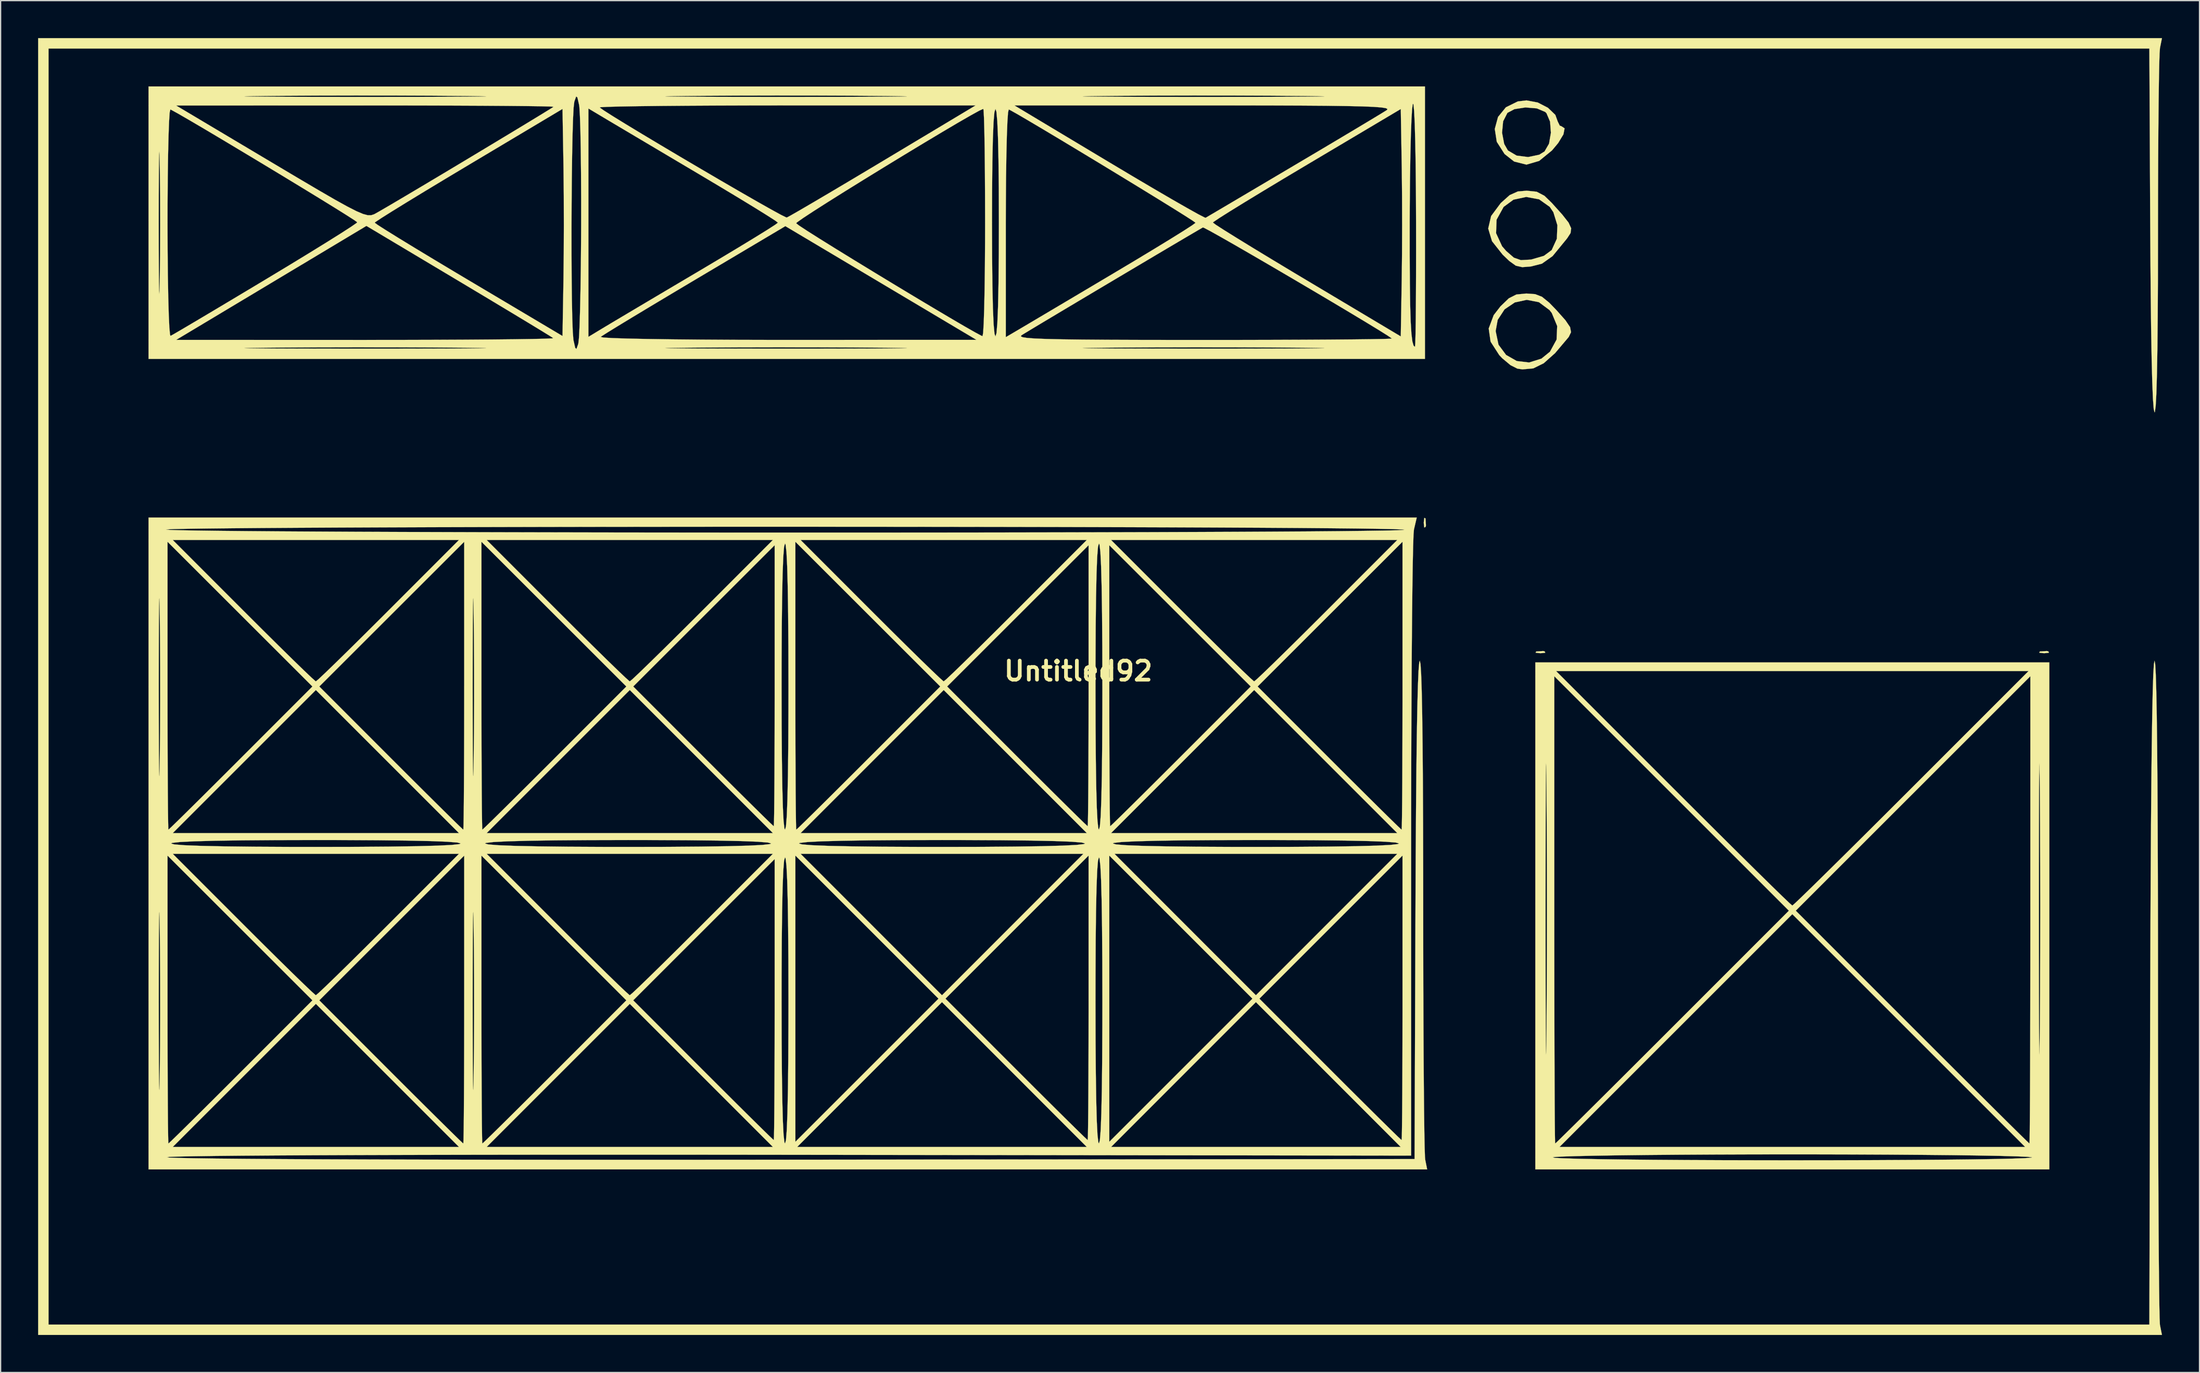
<source format=kicad_pcb>
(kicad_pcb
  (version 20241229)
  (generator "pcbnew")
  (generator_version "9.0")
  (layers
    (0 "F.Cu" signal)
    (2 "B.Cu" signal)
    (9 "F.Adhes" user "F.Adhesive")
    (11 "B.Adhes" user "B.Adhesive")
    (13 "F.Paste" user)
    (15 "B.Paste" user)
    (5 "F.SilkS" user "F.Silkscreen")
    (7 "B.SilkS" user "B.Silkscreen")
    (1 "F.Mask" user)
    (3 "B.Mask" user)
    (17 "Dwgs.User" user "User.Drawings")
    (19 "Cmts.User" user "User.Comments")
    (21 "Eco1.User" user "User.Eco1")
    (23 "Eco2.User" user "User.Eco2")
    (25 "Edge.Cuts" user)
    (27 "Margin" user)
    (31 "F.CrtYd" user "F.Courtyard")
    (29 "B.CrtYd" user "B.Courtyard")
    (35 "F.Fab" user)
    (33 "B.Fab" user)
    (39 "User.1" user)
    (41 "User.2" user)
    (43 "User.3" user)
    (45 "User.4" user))
  (footprint "Untitled92"
    (layer "F.Cu")
    (at 83.245 50.667)
    (property "Reference" "Untitled92" (at 0 0 0) (layer "F.SilkS") (effects (font (size 1.524 1.524) (thickness 0.3))))
    (attr through_hole)
    (fp_poly (pts (xy 27.792 -12.217) (xy 27.828 -11.652) (xy 27.792 -11.527) (xy 27.691 -11.492) (xy 27.652 -11.872) (xy 27.696 -12.264) (xy 27.792 -12.217)) (stroke (width 0.01) (type solid)) (fill yes) (layer "F.SilkS"))
    (fp_poly (pts (xy 37.341 -1.563) (xy 37.375 -1.463) (xy 36.996 -1.424) (xy 36.604 -1.467) (xy 36.651 -1.563) (xy 37.216 -1.6) (xy 37.341 -1.563)) (stroke (width 0.01) (type solid)) (fill yes) (layer "F.SilkS"))
    (fp_poly (pts (xy 77.649 -1.563) (xy 77.684 -1.463) (xy 77.304 -1.424) (xy 76.912 -1.467) (xy 76.959 -1.563) (xy 77.524 -1.6) (xy 77.649 -1.563)) (stroke (width 0.01) (type solid)) (fill yes) (layer "F.SilkS"))
    (fp_poly (pts (xy 36.769 -45.513) (xy 37.594 -45.088) (xy 38.184 -44.519) (xy 38.376 -43.988) (xy 38.542 -43.652) (xy 38.652 -43.622) (xy 38.924 -43.443) (xy 38.833 -42.963) (xy 38.412 -42.268) (xy 37.918 -41.677) (xy 36.887 -40.835) (xy 35.871 -40.538) (xy 34.884 -40.788) (xy 34.121 -41.388) (xy 33.496 -42.366) (xy 33.384 -43.094) (xy 33.919 -43.094) (xy 34.09 -42.194) (xy 34.388 -41.672) (xy 35.085 -41.262) (xy 36.004 -41.146) (xy 36.896 -41.331) (xy 37.319 -41.594) (xy 37.68 -42.217) (xy 37.829 -43.09) (xy 37.762 -43.979) (xy 37.476 -44.652) (xy 37.375 -44.755) (xy 36.697 -45.042) (xy 35.79 -45.115) (xy 34.91 -44.98) (xy 34.349 -44.682) (xy 34.005 -44.006) (xy 33.919 -43.094) (xy 33.384 -43.094) (xy 33.337 -43.394) (xy 33.597 -44.355) (xy 34.226 -45.128) (xy 35.176 -45.596) (xy 35.876 -45.68) (xy 36.769 -45.513)) (stroke (width 0.01) (type solid)) (fill yes) (layer "F.SilkS"))
    (fp_poly (pts (xy 36.569 -30.17) (xy 37.114 -29.959) (xy 37.695 -29.487) (xy 38.257 -28.906) (xy 38.987 -28.086) (xy 39.364 -27.531) (xy 39.44 -27.126) (xy 39.263 -26.756) (xy 39.221 -26.7) (xy 38.163 -25.448) (xy 37.257 -24.641) (xy 36.416 -24.226) (xy 35.552 -24.149) (xy 35.145 -24.208) (xy 34.596 -24.485) (xy 33.936 -25.036) (xy 33.696 -25.289) (xy 33.001 -26.368) (xy 32.88 -27.216) (xy 33.407 -27.216) (xy 33.636 -26.12) (xy 34.242 -25.304) (xy 35.1 -24.815) (xy 36.084 -24.7) (xy 37.07 -25.007) (xy 37.755 -25.564) (xy 38.284 -26.534) (xy 38.331 -27.618) (xy 37.898 -28.662) (xy 37.715 -28.898) (xy 36.866 -29.529) (xy 35.898 -29.715) (xy 34.941 -29.507) (xy 34.122 -28.956) (xy 33.57 -28.112) (xy 33.407 -27.216) (xy 32.88 -27.216) (xy 32.851 -27.423) (xy 33.249 -28.488) (xy 33.794 -29.194) (xy 34.463 -29.838) (xy 35.063 -30.141) (xy 35.836 -30.219) (xy 35.884 -30.219) (xy 36.569 -30.17)) (stroke (width 0.01) (type solid)) (fill yes) (layer "F.SilkS"))
    (fp_poly (pts (xy 36.688 -38.37) (xy 37.31 -38.044) (xy 37.898 -37.474) (xy 38.74 -36.537) (xy 39.245 -35.894) (xy 39.452 -35.438) (xy 39.401 -35.058) (xy 39.133 -34.646) (xy 38.997 -34.477) (xy 38.448 -33.806) (xy 37.962 -33.214) (xy 37.11 -32.61) (xy 36.239 -32.387) (xy 35.534 -32.33) (xy 35.019 -32.449) (xy 34.49 -32.83) (xy 33.962 -33.338) (xy 33.116 -34.409) (xy 32.923 -35.049) (xy 33.441 -35.049) (xy 33.922 -34.003) (xy 34.248 -33.627) (xy 34.865 -33.09) (xy 35.427 -32.893) (xy 36.218 -32.937) (xy 36.247 -32.94) (xy 37.267 -33.235) (xy 37.89 -33.696) (xy 38.305 -34.605) (xy 38.347 -35.69) (xy 38.026 -36.728) (xy 37.737 -37.156) (xy 36.887 -37.76) (xy 35.857 -37.952) (xy 34.832 -37.733) (xy 34.046 -37.156) (xy 33.48 -36.131) (xy 33.441 -35.049) (xy 32.923 -35.049) (xy 32.811 -35.422) (xy 33.044 -36.423) (xy 33.814 -37.459) (xy 33.816 -37.461) (xy 34.528 -38.098) (xy 35.178 -38.389) (xy 35.891 -38.451) (xy 36.688 -38.37)) (stroke (width 0.01) (type solid)) (fill yes) (layer "F.SilkS"))
    (fp_poly (pts (xy 86.574 -49.868) (xy 86.543 -49.443) (xy 86.514 -48.521) (xy 86.488 -47.158) (xy 86.465 -45.41) (xy 86.445 -43.331) (xy 86.43 -40.977) (xy 86.42 -38.404) (xy 86.415 -35.668) (xy 86.415 -34.89) (xy 86.41 -31.384) (xy 86.394 -28.352) (xy 86.368 -25.807) (xy 86.332 -23.762) (xy 86.287 -22.229) (xy 86.232 -21.219) (xy 86.168 -20.744) (xy 86.142 -20.707) (xy 86.074 -20.98) (xy 86.012 -21.793) (xy 85.957 -23.13) (xy 85.909 -24.978) (xy 85.867 -27.325) (xy 85.833 -30.155) (xy 85.807 -33.456) (xy 85.796 -35.27) (xy 85.725 -49.834) (xy -82.412 -49.834) (xy -82.412 52.318) (xy 85.725 52.318) (xy 85.795 25.745) (xy 85.811 20.768) (xy 85.832 16.29) (xy 85.856 12.319) (xy 85.885 8.859) (xy 85.918 5.917) (xy 85.955 3.498) (xy 85.996 1.609) (xy 86.04 0.254) (xy 86.089 -0.56) (xy 86.141 -0.828) (xy 86.193 -0.553) (xy 86.239 0.269) (xy 86.281 1.634) (xy 86.317 3.535) (xy 86.347 5.968) (xy 86.372 8.928) (xy 86.391 12.41) (xy 86.405 16.409) (xy 86.413 20.92) (xy 86.415 25.365) (xy 86.417 29.137) (xy 86.422 32.763) (xy 86.429 36.203) (xy 86.44 39.418) (xy 86.452 42.368) (xy 86.467 45.014) (xy 86.484 47.316) (xy 86.503 49.236) (xy 86.523 50.732) (xy 86.545 51.767) (xy 86.568 52.299) (xy 86.574 52.353) (xy 86.733 53.147) (xy -83.24 53.147) (xy -83.24 -50.662) (xy 86.733 -50.662) (xy 86.574 -49.868)) (stroke (width 0.01) (type solid)) (fill yes) (layer "F.SilkS"))
    (fp_poly (pts (xy 77.718 39.895) (xy 36.582 39.895) (xy 36.582 38.928) (xy 37.962 38.928) (xy 38.134 38.969) (xy 38.821 39.007) (xy 39.986 39.043) (xy 41.591 39.074) (xy 43.6 39.102) (xy 45.975 39.126) (xy 48.679 39.144) (xy 51.676 39.157) (xy 54.926 39.164) (xy 57.15 39.166) (xy 60.546 39.162) (xy 63.711 39.153) (xy 66.609 39.138) (xy 69.201 39.118) (xy 71.452 39.093) (xy 73.323 39.064) (xy 74.777 39.031) (xy 75.778 38.994) (xy 76.287 38.955) (xy 76.338 38.928) (xy 75.974 38.888) (xy 75.105 38.85) (xy 73.777 38.814) (xy 72.037 38.782) (xy 69.932 38.754) (xy 67.509 38.731) (xy 64.814 38.712) (xy 61.895 38.699) (xy 58.797 38.692) (xy 57.15 38.691) (xy 53.979 38.694) (xy 50.963 38.704) (xy 48.147 38.72) (xy 45.578 38.741) (xy 43.304 38.767) (xy 41.37 38.798) (xy 39.824 38.831) (xy 38.713 38.868) (xy 38.083 38.907) (xy 37.962 38.928) (xy 36.582 38.928) (xy 36.582 38.1) (xy 38.515 38.1) (xy 75.785 38.1) (xy 57.15 19.465) (xy 47.833 28.783) (xy 38.515 38.1) (xy 36.582 38.1) (xy 36.582 19.05) (xy 37.402 19.05) (xy 37.403 21.946) (xy 37.406 24.464) (xy 37.411 26.584) (xy 37.417 28.289) (xy 37.424 29.559) (xy 37.433 30.374) (xy 37.443 30.716) (xy 37.453 30.565) (xy 37.465 29.903) (xy 37.477 28.711) (xy 37.479 28.506) (xy 37.496 25.659) (xy 37.507 22.444) (xy 37.51 19.121) (xy 38.1 19.121) (xy 38.101 22.279) (xy 38.104 25.269) (xy 38.109 28.047) (xy 38.115 30.568) (xy 38.123 32.786) (xy 38.131 34.657) (xy 38.141 36.136) (xy 38.152 37.178) (xy 38.164 37.738) (xy 38.171 37.824) (xy 38.374 37.635) (xy 38.929 37.093) (xy 39.798 36.236) (xy 40.942 35.101) (xy 42.324 33.728) (xy 43.905 32.153) (xy 45.647 30.414) (xy 47.512 28.55) (xy 47.558 28.504) (xy 56.874 19.185) (xy 57.426 19.185) (xy 66.742 28.504) (xy 68.61 30.371) (xy 70.356 32.113) (xy 71.941 33.692) (xy 73.328 35.071) (xy 74.478 36.212) (xy 75.354 37.076) (xy 75.917 37.626) (xy 76.129 37.824) (xy 76.129 37.824) (xy 76.141 37.555) (xy 76.153 36.779) (xy 76.163 35.541) (xy 76.173 33.886) (xy 76.181 31.857) (xy 76.188 29.501) (xy 76.194 26.863) (xy 76.198 23.987) (xy 76.2 20.917) (xy 76.2 19.121) (xy 76.2 19.05) (xy 76.883 19.05) (xy 76.884 21.946) (xy 76.887 24.464) (xy 76.891 26.584) (xy 76.897 28.289) (xy 76.905 29.559) (xy 76.913 30.374) (xy 76.923 30.716) (xy 76.934 30.565) (xy 76.945 29.903) (xy 76.957 28.711) (xy 76.959 28.506) (xy 76.977 25.659) (xy 76.987 22.444) (xy 76.991 19.045) (xy 76.987 15.646) (xy 76.977 12.432) (xy 76.959 9.594) (xy 76.947 8.328) (xy 76.935 7.595) (xy 76.925 7.375) (xy 76.915 7.651) (xy 76.906 8.403) (xy 76.898 9.611) (xy 76.892 11.258) (xy 76.887 13.323) (xy 76.884 15.788) (xy 76.883 18.633) (xy 76.883 19.05) (xy 76.2 19.05) (xy 76.2 0.417) (xy 66.813 9.801) (xy 57.426 19.185) (xy 56.874 19.185) (xy 47.487 9.801) (xy 38.1 0.417) (xy 38.1 19.121) (xy 37.51 19.121) (xy 37.51 19.045) (xy 37.507 15.646) (xy 37.496 12.432) (xy 37.479 9.594) (xy 37.466 8.328) (xy 37.455 7.595) (xy 37.444 7.375) (xy 37.434 7.651) (xy 37.425 8.403) (xy 37.418 9.611) (xy 37.411 11.258) (xy 37.407 13.323) (xy 37.404 15.788) (xy 37.402 18.633) (xy 37.402 19.05) (xy 36.582 19.05) (xy 36.582 0) (xy 38.241 0) (xy 47.625 9.387) (xy 49.502 11.261) (xy 51.259 13.011) (xy 52.858 14.598) (xy 54.262 15.985) (xy 55.431 17.134) (xy 56.327 18.007) (xy 56.912 18.566) (xy 57.148 18.773) (xy 57.15 18.774) (xy 57.367 18.585) (xy 57.936 18.042) (xy 58.818 17.184) (xy 59.974 16.048) (xy 61.367 14.672) (xy 62.958 13.094) (xy 64.708 11.351) (xy 66.58 9.482) (xy 66.675 9.387) (xy 76.059 0) (xy 38.241 0) (xy 36.582 0) (xy 36.582 -0.69) (xy 77.718 -0.69) (xy 77.718 39.895)) (stroke (width 0.01) (type solid)) (fill yes) (layer "F.SilkS"))
    (fp_poly (pts (xy 27.747 -24.986) (xy -74.405 -24.986) (xy -74.405 -25.845) (xy -66.747 -25.845) (xy -66.334 -25.834) (xy -65.453 -25.825) (xy -64.126 -25.817) (xy -62.374 -25.811) (xy -60.219 -25.807) (xy -57.68 -25.805) (xy -57.012 -25.805) (xy -54.389 -25.806) (xy -52.149 -25.81) (xy -50.311 -25.815) (xy -48.896 -25.823) (xy -47.925 -25.832) (xy -47.419 -25.842) (xy -47.397 -25.854) (xy -47.882 -25.866) (xy -48.892 -25.88) (xy -49.232 -25.883) (xy -51.845 -25.902) (xy -54.794 -25.913) (xy -57.882 -25.915) (xy -60.914 -25.909) (xy -63.692 -25.894) (xy -64.969 -25.883) (xy -66.086 -25.869) (xy -66.671 -25.857) (xy -66.747 -25.845) (xy -74.405 -25.845) (xy -74.405 -26.507) (xy -72.197 -26.507) (xy -57.035 -26.506) (xy -54.205 -26.508) (xy -51.551 -26.515) (xy -49.124 -26.526) (xy -46.972 -26.541) (xy -45.144 -26.56) (xy -43.691 -26.581) (xy -42.661 -26.605) (xy -42.103 -26.631) (xy -42.016 -26.647) (xy -42.28 -26.819) (xy -42.96 -27.238) (xy -43.998 -27.869) (xy -45.335 -28.676) (xy -46.914 -29.625) (xy -48.675 -30.681) (xy -49.564 -31.212) (xy -56.969 -35.634) (xy -64.583 -31.07) (xy -72.197 -26.507) (xy -74.405 -26.507) (xy -74.405 -35.891) (xy -73.591 -35.891) (xy -73.589 -33.922) (xy -73.583 -32.34) (xy -73.574 -31.171) (xy -73.561 -30.442) (xy -73.546 -30.182) (xy -73.529 -30.416) (xy -73.51 -31.174) (xy -73.509 -31.267) (xy -73.484 -33.318) (xy -73.475 -35.658) (xy -73.475 -35.891) (xy -72.887 -35.891) (xy -72.88 -33.71) (xy -72.861 -31.721) (xy -72.83 -29.986) (xy -72.79 -28.569) (xy -72.743 -27.533) (xy -72.689 -26.942) (xy -72.649 -26.826) (xy -72.362 -26.986) (xy -71.66 -27.396) (xy -70.604 -28.02) (xy -69.253 -28.823) (xy -67.666 -29.77) (xy -65.902 -30.826) (xy -65.057 -31.333) (xy -63.243 -32.427) (xy -61.592 -33.433) (xy -60.16 -34.317) (xy -59.005 -35.041) (xy -58.184 -35.571) (xy -57.753 -35.871) (xy -57.733 -35.891) (xy -56.308 -35.891) (xy -56.08 -35.722) (xy -55.433 -35.307) (xy -54.424 -34.68) (xy -53.109 -33.877) (xy -51.545 -32.932) (xy -49.788 -31.879) (xy -48.792 -31.286) (xy -41.275 -26.819) (xy -41.199 -31.355) (xy -41.177 -33.385) (xy -41.169 -35.329) (xy -40.555 -35.329) (xy -40.553 -33.314) (xy -40.543 -31.409) (xy -40.524 -29.697) (xy -40.494 -28.26) (xy -40.455 -27.18) (xy -40.406 -26.542) (xy -40.394 -26.47) (xy -40.259 -25.875) (xy -40.161 -25.78) (xy -40.138 -25.845) (xy -33.064 -25.845) (xy -32.651 -25.834) (xy -31.771 -25.825) (xy -30.444 -25.817) (xy -28.692 -25.811) (xy -26.536 -25.807) (xy -23.997 -25.805) (xy -23.329 -25.805) (xy -20.707 -25.806) (xy -18.466 -25.81) (xy -16.628 -25.815) (xy -15.214 -25.823) (xy -14.243 -25.832) (xy -13.736 -25.842) (xy -13.731 -25.845) (xy 0.342 -25.845) (xy 0.755 -25.834) (xy 1.636 -25.825) (xy 2.963 -25.817) (xy 4.715 -25.811) (xy 6.871 -25.807) (xy 9.409 -25.805) (xy 10.077 -25.805) (xy 12.7 -25.806) (xy 14.94 -25.81) (xy 16.778 -25.815) (xy 18.193 -25.823) (xy 19.164 -25.832) (xy 19.67 -25.842) (xy 19.692 -25.854) (xy 19.208 -25.866) (xy 18.197 -25.88) (xy 17.857 -25.883) (xy 15.244 -25.902) (xy 12.295 -25.913) (xy 9.207 -25.915) (xy 6.175 -25.909) (xy 3.397 -25.894) (xy 2.12 -25.883) (xy 1.004 -25.869) (xy 0.418 -25.857) (xy 0.342 -25.845) (xy -13.731 -25.845) (xy -13.715 -25.854) (xy -14.199 -25.866) (xy -15.21 -25.88) (xy -15.55 -25.883) (xy -18.162 -25.902) (xy -21.111 -25.913) (xy -24.2 -25.915) (xy -27.232 -25.909) (xy -30.01 -25.894) (xy -31.287 -25.883) (xy -32.403 -25.869) (xy -32.988 -25.857) (xy -33.064 -25.845) (xy -40.138 -25.845) (xy -40.032 -26.143) (xy -40.008 -26.228) (xy -39.959 -26.668) (xy -39.955 -26.746) (xy -38.224 -26.746) (xy -38.009 -26.698) (xy -37.283 -26.654) (xy -36.09 -26.615) (xy -34.471 -26.581) (xy -32.468 -26.552) (xy -30.123 -26.53) (xy -27.479 -26.515) (xy -24.577 -26.508) (xy -23.316 -26.508) (xy -8.145 -26.511) (xy -15.792 -31.063) (xy -23.44 -35.614) (xy -30.701 -31.301) (xy -32.519 -30.218) (xy -34.188 -29.219) (xy -35.647 -28.341) (xy -36.836 -27.619) (xy -37.694 -27.091) (xy -38.161 -26.793) (xy -38.224 -26.746) (xy -39.955 -26.746) (xy -39.954 -26.749) (xy -39.204 -26.749) (xy -38.031 -27.459) (xy -37.479 -27.79) (xy -36.528 -28.356) (xy -35.256 -29.112) (xy -33.741 -30.011) (xy -32.058 -31.008) (xy -30.447 -31.961) (xy -28.756 -32.967) (xy -27.231 -33.882) (xy -25.935 -34.67) (xy -24.929 -35.292) (xy -24.275 -35.712) (xy -24.096 -35.844) (xy -22.577 -35.844) (xy -22.334 -35.657) (xy -21.685 -35.23) (xy -20.7 -34.607) (xy -19.45 -33.829) (xy -18.004 -32.939) (xy -16.431 -31.978) (xy -14.803 -30.99) (xy -13.187 -30.016) (xy -11.655 -29.099) (xy -10.275 -28.281) (xy -9.119 -27.604) (xy -8.254 -27.111) (xy -7.752 -26.843) (xy -7.661 -26.807) (xy -7.612 -27.066) (xy -7.567 -27.813) (xy -7.527 -28.984) (xy -7.495 -30.514) (xy -7.471 -32.341) (xy -7.457 -34.399) (xy -7.454 -35.891) (xy -6.902 -35.891) (xy -6.894 -33.136) (xy -6.869 -30.855) (xy -6.829 -29.063) (xy -6.774 -27.776) (xy -6.703 -27.01) (xy -6.626 -26.78) (xy -6.543 -27.054) (xy -6.473 -27.863) (xy -6.419 -29.192) (xy -6.38 -31.026) (xy -6.357 -33.347) (xy -6.35 -35.887) (xy -5.798 -35.887) (xy -5.798 -26.726) (xy -5.685 -26.793) (xy -4.597 -26.793) (xy -4.46 -26.724) (xy -4.099 -26.667) (xy -3.476 -26.62) (xy -2.554 -26.583) (xy -1.293 -26.554) (xy 0.343 -26.533) (xy 2.394 -26.518) (xy 4.896 -26.509) (xy 7.889 -26.505) (xy 10.062 -26.504) (xy 12.892 -26.506) (xy 15.547 -26.512) (xy 17.976 -26.521) (xy 20.131 -26.533) (xy 21.961 -26.548) (xy 23.417 -26.565) (xy 24.451 -26.584) (xy 25.012 -26.605) (xy 25.101 -26.618) (xy 24.79 -26.834) (xy 24.083 -27.278) (xy 23.05 -27.908) (xy 21.76 -28.684) (xy 20.283 -29.565) (xy 18.689 -30.509) (xy 17.046 -31.477) (xy 15.424 -32.427) (xy 13.892 -33.318) (xy 12.52 -34.111) (xy 11.377 -34.763) (xy 10.533 -35.234) (xy 10.057 -35.483) (xy 9.978 -35.512) (xy 9.546 -35.262) (xy 8.731 -34.784) (xy 7.606 -34.12) (xy 6.244 -33.314) (xy 4.72 -32.409) (xy 3.105 -31.45) (xy 1.474 -30.48) (xy -0.101 -29.542) (xy -1.545 -28.681) (xy -2.786 -27.939) (xy -3.75 -27.36) (xy -4.365 -26.988) (xy -4.548 -26.874) (xy -4.597 -26.793) (xy -5.685 -26.793) (xy -4.763 -27.335) (xy -4.253 -27.636) (xy -3.342 -28.176) (xy -2.104 -28.91) (xy -0.614 -29.794) (xy 1.056 -30.785) (xy 2.83 -31.839) (xy 4.541 -32.86) (xy 6.085 -33.792) (xy 7.402 -34.597) (xy 8.432 -35.238) (xy 9.113 -35.678) (xy 9.385 -35.879) (xy 9.387 -35.884) (xy 9.363 -35.902) (xy 10.776 -35.902) (xy 11.006 -35.729) (xy 11.654 -35.31) (xy 12.665 -34.68) (xy 13.981 -33.872) (xy 15.545 -32.923) (xy 17.301 -31.866) (xy 18.299 -31.27) (xy 25.814 -26.786) (xy 25.89 -31.339) (xy 25.913 -33.375) (xy 25.921 -35.697) (xy 25.92 -36.029) (xy 26.528 -36.029) (xy 26.528 -33.293) (xy 26.54 -31.066) (xy 26.565 -29.303) (xy 26.607 -27.963) (xy 26.666 -27.001) (xy 26.744 -26.375) (xy 26.843 -26.04) (xy 26.951 -25.952) (xy 26.974 -26.218) (xy 26.995 -26.975) (xy 27.013 -28.161) (xy 27.026 -29.715) (xy 27.035 -31.575) (xy 27.039 -33.681) (xy 27.037 -35.96) (xy 27.026 -38.407) (xy 27.004 -40.561) (xy 26.972 -42.377) (xy 26.931 -43.812) (xy 26.883 -44.82) (xy 26.828 -45.357) (xy 26.78 -45.416) (xy 26.722 -45.012) (xy 26.668 -44.127) (xy 26.62 -42.832) (xy 26.58 -41.197) (xy 26.55 -39.293) (xy 26.532 -37.192) (xy 26.528 -36.029) (xy 25.92 -36.029) (xy 25.915 -38.041) (xy 25.895 -40.141) (xy 25.89 -40.44) (xy 25.814 -44.99) (xy 18.291 -40.52) (xy 16.454 -39.424) (xy 14.78 -38.416) (xy 13.325 -37.531) (xy 12.146 -36.804) (xy 11.299 -36.269) (xy 10.841 -35.961) (xy 10.776 -35.902) (xy 9.363 -35.902) (xy 9.161 -36.049) (xy 8.531 -36.454) (xy 7.564 -37.06) (xy 6.33 -37.823) (xy 4.897 -38.703) (xy 3.335 -39.656) (xy 1.712 -40.643) (xy 0.097 -41.619) (xy -1.441 -42.545) (xy -2.834 -43.378) (xy -4.011 -44.076) (xy -4.905 -44.598) (xy -5.446 -44.901) (xy -5.56 -44.956) (xy -5.617 -44.713) (xy -5.669 -43.982) (xy -5.714 -42.824) (xy -5.751 -41.305) (xy -5.779 -39.486) (xy -5.794 -37.432) (xy -5.798 -35.887) (xy -6.35 -35.887) (xy -6.35 -35.891) (xy -6.358 -38.646) (xy -6.383 -40.928) (xy -6.423 -42.72) (xy -6.479 -44.007) (xy -6.549 -44.772) (xy -6.626 -45.002) (xy -6.71 -44.729) (xy -6.779 -43.919) (xy -6.833 -42.59) (xy -6.872 -40.757) (xy -6.895 -38.435) (xy -6.902 -35.891) (xy -7.454 -35.891) (xy -7.459 -38.071) (xy -7.471 -40.065) (xy -7.489 -41.806) (xy -7.514 -43.232) (xy -7.543 -44.278) (xy -7.576 -44.88) (xy -7.599 -45.002) (xy -7.907 -44.865) (xy -8.606 -44.48) (xy -9.627 -43.891) (xy -10.902 -43.138) (xy -12.362 -42.264) (xy -13.939 -41.31) (xy -15.564 -40.319) (xy -17.169 -39.332) (xy -18.685 -38.392) (xy -20.044 -37.539) (xy -21.178 -36.816) (xy -22.017 -36.265) (xy -22.494 -35.928) (xy -22.577 -35.844) (xy -24.096 -35.844) (xy -24.034 -35.89) (xy -24.033 -35.891) (xy -24.26 -36.063) (xy -24.902 -36.476) (xy -25.896 -37.094) (xy -27.183 -37.879) (xy -28.701 -38.792) (xy -30.387 -39.797) (xy -30.444 -39.831) (xy -32.211 -40.878) (xy -33.881 -41.869) (xy -35.378 -42.757) (xy -36.625 -43.497) (xy -37.543 -44.042) (xy -38.031 -44.333) (xy -39.204 -45.033) (xy -39.204 -26.749) (xy -39.954 -26.749) (xy -39.912 -27.587) (xy -39.87 -28.913) (xy -39.835 -30.572) (xy -39.807 -32.492) (xy -39.789 -34.6) (xy -39.784 -35.65) (xy -39.783 -37.836) (xy -39.794 -39.881) (xy -39.815 -41.711) (xy -39.844 -43.249) (xy -39.882 -44.419) (xy -39.923 -45.117) (xy -38.306 -45.117) (xy -37.975 -44.88) (xy -37.251 -44.418) (xy -36.202 -43.772) (xy -34.9 -42.984) (xy -33.415 -42.096) (xy -31.818 -41.147) (xy -30.177 -40.181) (xy -28.565 -39.237) (xy -27.05 -38.358) (xy -25.703 -37.585) (xy -24.595 -36.959) (xy -23.795 -36.521) (xy -23.374 -36.313) (xy -23.329 -36.302) (xy -23.032 -36.459) (xy -22.322 -36.866) (xy -21.257 -37.488) (xy -19.897 -38.289) (xy -18.302 -39.236) (xy -16.53 -40.293) (xy -15.633 -40.83) (xy -8.215 -45.277) (xy -5.108 -45.277) (xy 2.465 -40.736) (xy 4.311 -39.634) (xy 6.004 -38.634) (xy 7.487 -37.769) (xy 8.703 -37.072) (xy 9.592 -36.576) (xy 10.1 -36.314) (xy 10.195 -36.282) (xy 10.464 -36.44) (xy 11.148 -36.843) (xy 12.185 -37.455) (xy 13.514 -38.241) (xy 15.076 -39.165) (xy 16.808 -40.19) (xy 17.255 -40.455) (xy 19.045 -41.515) (xy 20.7 -42.499) (xy 22.155 -43.367) (xy 23.344 -44.08) (xy 24.201 -44.598) (xy 24.663 -44.883) (xy 24.702 -44.909) (xy 24.751 -44.99) (xy 24.614 -45.059) (xy 24.253 -45.116) (xy 23.63 -45.163) (xy 22.708 -45.2) (xy 21.448 -45.228) (xy 19.812 -45.25) (xy 17.762 -45.264) (xy 15.261 -45.273) (xy 12.269 -45.277) (xy 10.07 -45.277) (xy -5.108 -45.277) (xy -8.215 -45.277) (xy -8.213 -45.278) (xy -23.34 -45.278) (xy -26.167 -45.275) (xy -28.816 -45.267) (xy -31.238 -45.254) (xy -33.384 -45.237) (xy -35.205 -45.216) (xy -36.651 -45.191) (xy -37.674 -45.164) (xy -38.224 -45.135) (xy -38.306 -45.117) (xy -39.923 -45.117) (xy -39.925 -45.148) (xy -39.947 -45.313) (xy -40.082 -45.908) (xy -40.176 -45.999) (xy -33.064 -45.999) (xy -32.651 -45.988) (xy -31.771 -45.979) (xy -30.444 -45.971) (xy -28.692 -45.965) (xy -26.536 -45.961) (xy -23.997 -45.96) (xy -23.329 -45.96) (xy -20.707 -45.961) (xy -18.466 -45.964) (xy -16.628 -45.97) (xy -15.214 -45.977) (xy -14.243 -45.986) (xy -13.736 -45.996) (xy -13.731 -45.999) (xy 0.342 -45.999) (xy 0.755 -45.988) (xy 1.636 -45.979) (xy 2.963 -45.971) (xy 4.715 -45.965) (xy 6.871 -45.961) (xy 9.409 -45.96) (xy 10.077 -45.96) (xy 12.7 -45.961) (xy 14.94 -45.964) (xy 16.778 -45.97) (xy 18.193 -45.977) (xy 19.164 -45.986) (xy 19.67 -45.996) (xy 19.692 -46.008) (xy 19.208 -46.021) (xy 18.197 -46.034) (xy 17.857 -46.037) (xy 15.244 -46.056) (xy 12.295 -46.067) (xy 9.207 -46.069) (xy 6.175 -46.063) (xy 3.397 -46.048) (xy 2.12 -46.037) (xy 1.004 -46.024) (xy 0.418 -46.011) (xy 0.342 -45.999) (xy -13.731 -45.999) (xy -13.715 -46.008) (xy -14.199 -46.021) (xy -15.21 -46.034) (xy -15.55 -46.037) (xy -18.162 -46.056) (xy -21.111 -46.067) (xy -24.2 -46.069) (xy -27.232 -46.063) (xy -30.01 -46.048) (xy -31.287 -46.037) (xy -32.403 -46.024) (xy -32.988 -46.011) (xy -33.064 -45.999) (xy -40.176 -45.999) (xy -40.18 -46.003) (xy -40.309 -45.639) (xy -40.334 -45.554) (xy -40.388 -45.088) (xy -40.435 -44.152) (xy -40.475 -42.83) (xy -40.507 -41.204) (xy -40.531 -39.357) (xy -40.547 -37.371) (xy -40.555 -35.329) (xy -41.169 -35.329) (xy -41.168 -35.702) (xy -41.174 -38.042) (xy -41.195 -40.141) (xy -41.199 -40.444) (xy -41.275 -44.997) (xy -48.79 -40.513) (xy -50.625 -39.414) (xy -52.299 -38.404) (xy -53.753 -37.518) (xy -54.933 -36.79) (xy -55.781 -36.256) (xy -56.241 -35.949) (xy -56.308 -35.891) (xy -57.733 -35.891) (xy -57.702 -35.922) (xy -57.928 -36.088) (xy -58.56 -36.495) (xy -59.528 -37.1) (xy -60.764 -37.862) (xy -62.2 -38.739) (xy -63.764 -39.69) (xy -65.39 -40.672) (xy -67.008 -41.645) (xy -68.548 -42.567) (xy -69.942 -43.396) (xy -71.121 -44.089) (xy -72.016 -44.607) (xy -72.558 -44.906) (xy -72.661 -44.956) (xy -72.715 -44.713) (xy -72.764 -43.982) (xy -72.807 -42.824) (xy -72.843 -41.305) (xy -72.869 -39.487) (xy -72.884 -37.433) (xy -72.887 -35.891) (xy -73.475 -35.891) (xy -73.481 -38.024) (xy -73.503 -40.152) (xy -73.509 -40.516) (xy -73.527 -41.321) (xy -73.545 -41.601) (xy -73.56 -41.383) (xy -73.573 -40.695) (xy -73.582 -39.564) (xy -73.589 -38.017) (xy -73.591 -36.081) (xy -73.591 -35.891) (xy -74.405 -35.891) (xy -74.405 -45.27) (xy -72.197 -45.27) (xy -64.604 -40.748) (xy -62.502 -39.498) (xy -60.82 -38.506) (xy -59.506 -37.745) (xy -58.506 -37.19) (xy -57.767 -36.813) (xy -57.237 -36.588) (xy -56.862 -36.488) (xy -56.59 -36.488) (xy -56.367 -36.56) (xy -56.296 -36.595) (xy -55.879 -36.83) (xy -55.056 -37.31) (xy -53.896 -37.995) (xy -52.468 -38.843) (xy -50.838 -39.815) (xy -49.075 -40.871) (xy -48.842 -41.011) (xy -47.104 -42.056) (xy -45.523 -43.009) (xy -44.162 -43.832) (xy -43.081 -44.49) (xy -42.341 -44.944) (xy -42.002 -45.157) (xy -41.988 -45.168) (xy -42.234 -45.188) (xy -42.983 -45.208) (xy -44.185 -45.225) (xy -45.791 -45.24) (xy -47.752 -45.253) (xy -50.018 -45.263) (xy -52.54 -45.27) (xy -55.268 -45.274) (xy -57.035 -45.274) (xy -72.197 -45.27) (xy -74.405 -45.27) (xy -74.405 -45.999) (xy -66.747 -45.999) (xy -66.334 -45.988) (xy -65.453 -45.979) (xy -64.126 -45.971) (xy -62.374 -45.965) (xy -60.219 -45.961) (xy -57.68 -45.96) (xy -57.012 -45.96) (xy -54.389 -45.961) (xy -52.149 -45.964) (xy -50.311 -45.97) (xy -48.896 -45.977) (xy -47.925 -45.986) (xy -47.419 -45.996) (xy -47.397 -46.008) (xy -47.882 -46.021) (xy -48.892 -46.034) (xy -49.232 -46.037) (xy -51.845 -46.056) (xy -54.794 -46.067) (xy -57.882 -46.069) (xy -60.914 -46.063) (xy -63.692 -46.048) (xy -64.969 -46.037) (xy -66.086 -46.024) (xy -66.671 -46.011) (xy -66.747 -45.999) (xy -74.405 -45.999) (xy -74.405 -46.797) (xy 27.747 -46.797) (xy 27.747 -24.986)) (stroke (width 0.01) (type solid)) (fill yes) (layer "F.SilkS"))
    (fp_poly (pts (xy 26.867 -11.32) (xy 26.834 -10.904) (xy 26.802 -9.978) (xy 26.772 -8.582) (xy 26.744 -6.758) (xy 26.719 -4.547) (xy 26.697 -1.989) (xy 26.678 0.873) (xy 26.663 3.998) (xy 26.651 7.345) (xy 26.644 10.873) (xy 26.642 14.218) (xy 26.642 38.79) (xy -22.838 38.727) (xy -28.73 38.721) (xy -34.344 38.718) (xy -39.66 38.718) (xy -44.659 38.721) (xy -49.32 38.727) (xy -53.623 38.736) (xy -57.549 38.747) (xy -61.077 38.761) (xy -64.186 38.778) (xy -66.858 38.797) (xy -69.072 38.818) (xy -70.808 38.842) (xy -72.045 38.868) (xy -72.764 38.896) (xy -72.948 38.917) (xy -72.753 38.948) (xy -72.022 38.976) (xy -70.772 39.002) (xy -69.017 39.026) (xy -66.774 39.047) (xy -64.06 39.066) (xy -60.89 39.083) (xy -57.28 39.097) (xy -53.246 39.108) (xy -48.805 39.116) (xy -43.973 39.122) (xy -38.766 39.125) (xy -33.199 39.125) (xy -27.289 39.122) (xy -23.329 39.118) (xy 26.918 39.066) (xy 26.989 19.119) (xy 27.008 14.884) (xy 27.033 11.134) (xy 27.063 7.878) (xy 27.098 5.124) (xy 27.139 2.882) (xy 27.185 1.159) (xy 27.236 -0.036) (xy 27.292 -0.693) (xy 27.334 -0.828) (xy 27.394 -0.553) (xy 27.446 0.266) (xy 27.491 1.622) (xy 27.529 3.507) (xy 27.56 5.914) (xy 27.583 8.834) (xy 27.599 12.26) (xy 27.607 16.185) (xy 27.609 18.739) (xy 27.611 21.997) (xy 27.617 25.107) (xy 27.627 28.023) (xy 27.641 30.698) (xy 27.658 33.088) (xy 27.677 35.144) (xy 27.699 36.822) (xy 27.723 38.074) (xy 27.748 38.855) (xy 27.767 39.101) (xy 27.926 39.895) (xy -74.405 39.895) (xy -74.405 38.1) (xy -72.471 38.1) (xy -49.559 38.1) (xy -47.347 38.1) (xy -24.435 38.1) (xy -22.496 38.1) (xy 0.685 38.1) (xy 2.628 38.1) (xy 25.809 38.1) (xy 20.016 32.302) (xy 18.558 30.842) (xy 17.233 29.517) (xy 16.091 28.375) (xy 15.18 27.464) (xy 14.547 26.831) (xy 14.24 26.525) (xy 14.218 26.504) (xy 14.03 26.692) (xy 13.499 27.222) (xy 12.675 28.046) (xy 11.603 29.118) (xy 10.334 30.388) (xy 8.914 31.808) (xy 8.421 32.302) (xy 2.628 38.1) (xy 0.685 38.1) (xy -5.108 32.302) (xy -6.566 30.842) (xy -7.891 29.517) (xy -9.033 28.375) (xy -9.944 27.464) (xy -10.577 26.831) (xy -10.884 26.525) (xy -10.905 26.504) (xy -11.094 26.692) (xy -11.624 27.222) (xy -12.449 28.046) (xy -13.521 29.118) (xy -14.79 30.388) (xy -16.21 31.808) (xy -16.703 32.302) (xy -22.496 38.1) (xy -24.435 38.1) (xy -35.891 26.644) (xy -41.619 32.372) (xy -47.347 38.1) (xy -49.559 38.1) (xy -61.015 26.644) (xy -66.743 32.372) (xy -72.471 38.1) (xy -74.405 38.1) (xy -74.405 26.366) (xy -73.589 26.366) (xy -73.587 28.597) (xy -73.582 30.447) (xy -73.575 31.891) (xy -73.565 32.906) (xy -73.553 33.466) (xy -73.539 33.546) (xy -73.524 33.122) (xy -73.509 32.252) (xy -73.486 30.031) (xy -73.476 27.485) (xy -73.477 26.3) (xy -72.887 26.3) (xy -72.885 28.762) (xy -72.881 31.044) (xy -72.873 33.089) (xy -72.863 34.84) (xy -72.852 36.239) (xy -72.838 37.23) (xy -72.823 37.754) (xy -72.815 37.824) (xy -72.61 37.636) (xy -72.064 37.106) (xy -71.226 36.281) (xy -70.144 35.211) (xy -68.869 33.942) (xy -67.449 32.524) (xy -67.018 32.093) (xy -61.291 26.361) (xy -60.739 26.361) (xy -55.013 32.093) (xy -53.56 33.545) (xy -52.238 34.861) (xy -51.095 35.994) (xy -50.182 36.895) (xy -49.546 37.516) (xy -49.237 37.808) (xy -49.215 37.824) (xy -49.2 37.557) (xy -49.186 36.796) (xy -49.173 35.597) (xy -49.162 34.017) (xy -49.153 32.114) (xy -49.147 29.944) (xy -49.144 27.566) (xy -49.144 26.366) (xy -48.465 26.366) (xy -48.463 28.597) (xy -48.459 30.447) (xy -48.451 31.891) (xy -48.441 32.906) (xy -48.429 33.466) (xy -48.415 33.546) (xy -48.4 33.122) (xy -48.385 32.252) (xy -48.363 30.031) (xy -48.352 27.485) (xy -48.353 26.3) (xy -47.763 26.3) (xy -47.761 28.762) (xy -47.757 31.044) (xy -47.749 33.089) (xy -47.739 34.84) (xy -47.728 36.239) (xy -47.714 37.23) (xy -47.699 37.754) (xy -47.692 37.824) (xy -47.486 37.636) (xy -46.94 37.106) (xy -46.102 36.281) (xy -45.021 35.211) (xy -43.745 33.942) (xy -42.325 32.524) (xy -41.894 32.093) (xy -36.167 26.361) (xy -36.167 26.361) (xy -35.615 26.361) (xy -30.027 31.955) (xy -28.592 33.388) (xy -27.289 34.686) (xy -26.166 35.799) (xy -25.274 36.678) (xy -24.662 37.274) (xy -24.38 37.539) (xy -24.367 37.548) (xy -24.352 37.281) (xy -24.337 36.521) (xy -24.325 35.324) (xy -24.314 33.748) (xy -24.305 31.852) (xy -24.299 29.693) (xy -24.296 27.33) (xy -24.296 26.366) (xy -23.743 26.366) (xy -23.737 29.517) (xy -23.717 32.18) (xy -23.685 34.344) (xy -23.64 35.997) (xy -23.583 37.128) (xy -23.514 37.726) (xy -23.467 37.824) (xy -23.429 37.684) (xy -22.639 37.684) (xy -16.911 31.956) (xy -11.183 26.228) (xy -11.185 26.227) (xy -10.626 26.227) (xy -4.97 31.887) (xy -3.527 33.33) (xy -2.214 34.637) (xy -1.082 35.76) (xy -0.179 36.65) (xy 0.444 37.258) (xy 0.74 37.536) (xy 0.757 37.548) (xy 0.772 37.281) (xy 0.786 36.52) (xy 0.799 35.322) (xy 0.81 33.744) (xy 0.819 31.845) (xy 0.825 29.681) (xy 0.828 27.31) (xy 0.828 26.366) (xy 1.38 26.366) (xy 1.387 29.517) (xy 1.407 32.18) (xy 1.439 34.344) (xy 1.484 35.997) (xy 1.541 37.128) (xy 1.61 37.726) (xy 1.657 37.824) (xy 1.695 37.684) (xy 2.485 37.684) (xy 8.213 31.956) (xy 13.941 26.228) (xy 13.939 26.227) (xy 14.498 26.227) (xy 20.154 31.887) (xy 21.597 33.33) (xy 22.91 34.637) (xy 24.042 35.76) (xy 24.945 36.65) (xy 25.568 37.258) (xy 25.864 37.536) (xy 25.881 37.548) (xy 25.896 37.281) (xy 25.91 36.52) (xy 25.923 35.322) (xy 25.934 33.744) (xy 25.943 31.845) (xy 25.949 29.681) (xy 25.952 27.31) (xy 25.952 26.16) (xy 25.952 14.772) (xy 20.225 20.499) (xy 14.498 26.227) (xy 13.939 26.227) (xy 2.485 14.772) (xy 2.485 37.684) (xy 1.695 37.684) (xy 1.732 37.55) (xy 1.797 36.735) (xy 1.849 35.392) (xy 1.889 33.531) (xy 1.916 31.164) (xy 1.93 28.303) (xy 1.933 26.366) (xy 1.926 23.216) (xy 1.906 20.553) (xy 1.874 18.389) (xy 1.829 16.735) (xy 1.772 15.604) (xy 1.703 15.006) (xy 1.657 14.909) (xy 1.581 15.183) (xy 1.516 15.997) (xy 1.464 17.341) (xy 1.424 19.202) (xy 1.397 21.569) (xy 1.383 24.43) (xy 1.38 26.366) (xy 0.828 26.366) (xy 0.828 26.16) (xy 0.828 14.772) (xy -4.899 20.499) (xy -10.626 26.227) (xy -11.185 26.227) (xy -22.639 14.772) (xy -22.639 37.684) (xy -23.429 37.684) (xy -23.391 37.55) (xy -23.327 36.735) (xy -23.275 35.392) (xy -23.235 33.531) (xy -23.208 31.164) (xy -23.194 28.303) (xy -23.191 26.366) (xy -23.198 23.216) (xy -23.218 20.553) (xy -23.25 18.389) (xy -23.295 16.735) (xy -23.352 15.604) (xy -23.421 15.006) (xy -23.467 14.909) (xy -23.543 15.183) (xy -23.607 15.997) (xy -23.66 17.341) (xy -23.699 19.202) (xy -23.727 21.569) (xy -23.741 24.43) (xy -23.743 26.366) (xy -24.296 26.366) (xy -24.296 26.3) (xy -24.296 15.052) (xy -35.615 26.361) (xy -36.167 26.361) (xy -41.965 20.569) (xy -47.763 14.776) (xy -47.763 26.3) (xy -48.353 26.3) (xy -48.354 24.84) (xy -48.367 22.325) (xy -48.384 20.656) (xy -48.401 19.706) (xy -48.416 19.283) (xy -48.43 19.366) (xy -48.442 19.928) (xy -48.451 20.947) (xy -48.459 22.399) (xy -48.463 24.259) (xy -48.465 26.366) (xy -49.144 26.366) (xy -49.143 26.3) (xy -49.143 14.776) (xy -54.941 20.569) (xy -60.739 26.361) (xy -61.291 26.361) (xy -67.089 20.569) (xy -72.887 14.776) (xy -72.887 26.3) (xy -73.477 26.3) (xy -73.478 24.84) (xy -73.491 22.325) (xy -73.508 20.656) (xy -73.525 19.706) (xy -73.54 19.283) (xy -73.554 19.366) (xy -73.566 19.928) (xy -73.575 20.947) (xy -73.583 22.399) (xy -73.587 24.259) (xy -73.589 26.366) (xy -74.405 26.366) (xy -74.405 14.633) (xy -72.468 14.633) (xy -66.813 20.292) (xy -65.366 21.736) (xy -64.046 23.044) (xy -62.903 24.167) (xy -61.987 25.056) (xy -61.348 25.664) (xy -61.036 25.94) (xy -61.015 25.952) (xy -60.791 25.764) (xy -60.228 25.234) (xy -59.375 24.409) (xy -58.284 23.339) (xy -57.003 22.072) (xy -55.582 20.657) (xy -55.217 20.292) (xy -49.563 14.633) (xy -47.344 14.633) (xy -41.689 20.292) (xy -40.242 21.736) (xy -38.922 23.044) (xy -37.779 24.167) (xy -36.863 25.056) (xy -36.224 25.664) (xy -35.912 25.94) (xy -35.891 25.952) (xy -35.667 25.764) (xy -35.104 25.234) (xy -34.252 24.409) (xy -33.16 23.339) (xy -31.879 22.072) (xy -30.458 20.657) (xy -30.093 20.292) (xy -24.439 14.633) (xy -22.22 14.633) (xy -16.565 20.292) (xy -15.125 21.734) (xy -13.819 23.04) (xy -12.697 24.163) (xy -11.807 25.052) (xy -11.198 25.661) (xy -10.918 25.94) (xy -10.905 25.952) (xy -10.717 25.765) (xy -10.187 25.236) (xy -9.364 24.413) (xy -8.296 23.345) (xy -7.033 22.081) (xy -5.622 20.669) (xy -5.246 20.292) (xy 0.409 14.633) (xy 2.904 14.633) (xy 8.559 20.292) (xy 9.999 21.734) (xy 11.305 23.04) (xy 12.427 24.163) (xy 13.317 25.052) (xy 13.926 25.661) (xy 14.206 25.94) (xy 14.218 25.952) (xy 14.407 25.765) (xy 14.937 25.236) (xy 15.76 24.413) (xy 16.827 23.345) (xy 18.091 22.081) (xy 19.502 20.669) (xy 19.878 20.292) (xy 25.533 14.633) (xy 2.904 14.633) (xy 0.409 14.633) (xy -22.22 14.633) (xy -24.439 14.633) (xy -47.344 14.633) (xy -49.563 14.633) (xy -72.468 14.633) (xy -74.405 14.633) (xy -74.405 13.804) (xy -72.611 13.804) (xy -72.337 13.88) (xy -71.522 13.944) (xy -70.178 13.996) (xy -68.315 14.036) (xy -65.947 14.063) (xy -63.082 14.078) (xy -61.015 14.08) (xy -57.843 14.074) (xy -55.159 14.055) (xy -52.974 14.023) (xy -51.3 13.978) (xy -50.148 13.922) (xy -49.53 13.854) (xy -49.42 13.804) (xy -47.487 13.804) (xy -47.213 13.88) (xy -46.398 13.944) (xy -45.055 13.997) (xy -43.194 14.036) (xy -40.827 14.064) (xy -37.966 14.078) (xy -36.029 14.08) (xy -32.879 14.074) (xy -30.216 14.054) (xy -28.052 14.022) (xy -26.399 13.977) (xy -25.267 13.92) (xy -24.669 13.851) (xy -24.572 13.804) (xy -22.363 13.804) (xy -22.089 13.88) (xy -21.274 13.944) (xy -19.931 13.997) (xy -18.07 14.036) (xy -15.703 14.064) (xy -12.842 14.078) (xy -10.905 14.08) (xy -7.755 14.074) (xy -5.092 14.054) (xy -2.928 14.022) (xy -1.275 13.977) (xy -0.143 13.92) (xy 0.454 13.851) (xy 0.552 13.804) (xy 2.761 13.804) (xy 3.035 13.88) (xy 3.85 13.944) (xy 5.193 13.997) (xy 7.054 14.036) (xy 9.421 14.064) (xy 12.282 14.078) (xy 14.218 14.08) (xy 17.369 14.074) (xy 20.032 14.054) (xy 22.196 14.022) (xy 23.849 13.977) (xy 24.981 13.92) (xy 25.578 13.851) (xy 25.676 13.804) (xy 25.402 13.728) (xy 24.587 13.664) (xy 23.244 13.612) (xy 21.383 13.572) (xy 19.016 13.545) (xy 16.155 13.531) (xy 14.218 13.528) (xy 11.068 13.535) (xy 8.405 13.554) (xy 6.241 13.587) (xy 4.588 13.632) (xy 3.456 13.689) (xy 2.859 13.758) (xy 2.761 13.804) (xy 0.552 13.804) (xy 0.278 13.728) (xy -0.537 13.664) (xy -1.88 13.612) (xy -3.741 13.572) (xy -6.108 13.545) (xy -8.969 13.531) (xy -10.905 13.528) (xy -14.056 13.535) (xy -16.719 13.554) (xy -18.883 13.587) (xy -20.536 13.632) (xy -21.668 13.689) (xy -22.265 13.758) (xy -22.363 13.804) (xy -24.572 13.804) (xy -24.846 13.728) (xy -25.66 13.664) (xy -27.004 13.612) (xy -28.865 13.572) (xy -31.232 13.545) (xy -34.093 13.531) (xy -36.029 13.528) (xy -39.18 13.535) (xy -41.843 13.554) (xy -44.007 13.587) (xy -45.66 13.632) (xy -46.792 13.689) (xy -47.389 13.758) (xy -47.487 13.804) (xy -49.42 13.804) (xy -49.694 13.729) (xy -50.509 13.665) (xy -51.853 13.613) (xy -53.715 13.573) (xy -56.084 13.546) (xy -58.948 13.531) (xy -61.015 13.528) (xy -64.188 13.535) (xy -66.872 13.554) (xy -69.057 13.586) (xy -70.73 13.631) (xy -71.882 13.687) (xy -72.5 13.755) (xy -72.611 13.804) (xy -74.405 13.804) (xy -74.405 12.976) (xy -72.471 12.976) (xy -49.559 12.976) (xy -47.347 12.976) (xy -24.435 12.976) (xy -22.223 12.976) (xy 0.689 12.976) (xy 2.624 12.976) (xy 25.536 12.976) (xy 14.08 1.52) (xy 8.352 7.248) (xy 2.624 12.976) (xy 0.689 12.976) (xy -10.767 1.52) (xy -16.495 7.248) (xy -22.223 12.976) (xy -24.435 12.976) (xy -35.891 1.52) (xy -41.619 7.248) (xy -47.347 12.976) (xy -49.559 12.976) (xy -61.015 1.52) (xy -66.743 7.248) (xy -72.471 12.976) (xy -74.405 12.976) (xy -74.405 1.242) (xy -73.589 1.242) (xy -73.587 3.473) (xy -73.582 5.323) (xy -73.575 6.767) (xy -73.565 7.782) (xy -73.553 8.342) (xy -73.539 8.422) (xy -73.524 7.998) (xy -73.509 7.128) (xy -73.486 4.907) (xy -73.476 2.361) (xy -73.477 1.176) (xy -72.887 1.176) (xy -72.885 3.638) (xy -72.881 5.92) (xy -72.873 7.965) (xy -72.863 9.716) (xy -72.852 11.115) (xy -72.838 12.106) (xy -72.823 12.63) (xy -72.815 12.7) (xy -72.61 12.512) (xy -72.064 11.982) (xy -71.226 11.157) (xy -70.144 10.087) (xy -68.869 8.818) (xy -67.449 7.401) (xy -67.018 6.969) (xy -61.291 1.238) (xy -60.739 1.238) (xy -55.013 6.969) (xy -53.56 8.421) (xy -52.238 9.737) (xy -51.095 10.87) (xy -50.182 11.771) (xy -49.546 12.392) (xy -49.237 12.684) (xy -49.215 12.7) (xy -49.2 12.433) (xy -49.186 11.672) (xy -49.173 10.473) (xy -49.162 8.893) (xy -49.153 6.99) (xy -49.147 4.82) (xy -49.144 2.442) (xy -49.144 1.242) (xy -48.465 1.242) (xy -48.463 3.473) (xy -48.459 5.323) (xy -48.451 6.767) (xy -48.441 7.782) (xy -48.429 8.342) (xy -48.415 8.422) (xy -48.4 7.998) (xy -48.385 7.128) (xy -48.363 4.907) (xy -48.352 2.361) (xy -48.353 1.176) (xy -47.763 1.176) (xy -47.761 3.638) (xy -47.757 5.92) (xy -47.749 7.965) (xy -47.739 9.716) (xy -47.728 11.115) (xy -47.714 12.106) (xy -47.699 12.63) (xy -47.692 12.7) (xy -47.486 12.512) (xy -46.94 11.982) (xy -46.102 11.157) (xy -45.021 10.087) (xy -43.745 8.818) (xy -42.325 7.401) (xy -41.894 6.969) (xy -36.167 1.238) (xy -36.167 1.237) (xy -35.615 1.237) (xy -30.027 6.831) (xy -28.592 8.264) (xy -27.289 9.562) (xy -26.166 10.675) (xy -25.274 11.554) (xy -24.662 12.151) (xy -24.38 12.415) (xy -24.367 12.424) (xy -24.352 12.157) (xy -24.337 11.397) (xy -24.325 10.2) (xy -24.314 8.624) (xy -24.305 6.728) (xy -24.299 4.57) (xy -24.296 2.206) (xy -24.296 1.242) (xy -23.743 1.242) (xy -23.737 4.393) (xy -23.717 7.056) (xy -23.685 9.22) (xy -23.64 10.873) (xy -23.583 12.005) (xy -23.514 12.602) (xy -23.467 12.7) (xy -23.391 12.426) (xy -23.327 11.611) (xy -23.275 10.268) (xy -23.235 8.407) (xy -23.208 6.04) (xy -23.194 3.179) (xy -23.191 1.242) (xy -23.191 1.176) (xy -22.639 1.176) (xy -22.637 3.638) (xy -22.633 5.92) (xy -22.625 7.965) (xy -22.616 9.716) (xy -22.604 11.115) (xy -22.59 12.106) (xy -22.576 12.63) (xy -22.568 12.7) (xy -22.362 12.512) (xy -21.816 11.982) (xy -20.978 11.157) (xy -19.897 10.087) (xy -18.622 8.818) (xy -17.201 7.401) (xy -16.77 6.969) (xy -11.043 1.238) (xy -11.044 1.237) (xy -10.491 1.237) (xy -4.903 6.831) (xy -3.468 8.264) (xy -2.165 9.562) (xy -1.042 10.675) (xy -0.15 11.554) (xy 0.462 12.151) (xy 0.744 12.415) (xy 0.757 12.424) (xy 0.772 12.157) (xy 0.786 11.397) (xy 0.799 10.2) (xy 0.81 8.624) (xy 0.819 6.728) (xy 0.825 4.57) (xy 0.828 2.206) (xy 0.828 1.242) (xy 1.38 1.242) (xy 1.387 4.393) (xy 1.407 7.056) (xy 1.439 9.22) (xy 1.484 10.873) (xy 1.541 12.005) (xy 1.61 12.602) (xy 1.657 12.7) (xy 1.732 12.426) (xy 1.797 11.611) (xy 1.849 10.268) (xy 1.889 8.407) (xy 1.916 6.04) (xy 1.93 3.179) (xy 1.933 1.242) (xy 1.932 1.176) (xy 2.485 1.176) (xy 2.486 3.607) (xy 2.491 5.858) (xy 2.499 7.871) (xy 2.509 9.587) (xy 2.521 10.948) (xy 2.535 11.898) (xy 2.55 12.377) (xy 2.556 12.424) (xy 2.762 12.236) (xy 3.308 11.707) (xy 4.144 10.884) (xy 5.222 9.817) (xy 6.49 8.554) (xy 7.901 7.146) (xy 8.216 6.831) (xy 13.804 1.238) (xy 14.356 1.238) (xy 20.083 6.969) (xy 21.536 8.421) (xy 22.858 9.737) (xy 24 10.87) (xy 24.914 11.771) (xy 25.55 12.392) (xy 25.859 12.684) (xy 25.881 12.7) (xy 25.896 12.433) (xy 25.91 11.672) (xy 25.923 10.473) (xy 25.934 8.893) (xy 25.942 6.99) (xy 25.948 4.82) (xy 25.952 2.442) (xy 25.952 1.176) (xy 25.952 -10.348) (xy 20.154 -4.555) (xy 14.356 1.238) (xy 13.804 1.238) (xy 13.804 1.237) (xy 8.145 -4.417) (xy 2.485 -10.072) (xy 2.485 1.176) (xy 1.932 1.176) (xy 1.926 -1.908) (xy 1.906 -4.571) (xy 1.874 -6.735) (xy 1.829 -8.388) (xy 1.772 -9.52) (xy 1.703 -10.118) (xy 1.657 -10.215) (xy 1.581 -9.941) (xy 1.516 -9.127) (xy 1.464 -7.783) (xy 1.424 -5.922) (xy 1.397 -3.555) (xy 1.383 -0.694) (xy 1.38 1.242) (xy 0.828 1.242) (xy 0.828 1.176) (xy 0.828 -10.072) (xy -10.491 1.237) (xy -11.044 1.237) (xy -16.841 -4.555) (xy -22.639 -10.348) (xy -22.639 1.176) (xy -23.191 1.176) (xy -23.198 -1.908) (xy -23.218 -4.571) (xy -23.25 -6.735) (xy -23.295 -8.388) (xy -23.352 -9.52) (xy -23.421 -10.118) (xy -23.467 -10.215) (xy -23.543 -9.941) (xy -23.607 -9.127) (xy -23.66 -7.783) (xy -23.699 -5.922) (xy -23.727 -3.555) (xy -23.741 -0.694) (xy -23.743 1.242) (xy -24.296 1.242) (xy -24.296 1.176) (xy -24.296 -10.072) (xy -35.615 1.237) (xy -36.167 1.237) (xy -41.965 -4.555) (xy -47.763 -10.348) (xy -47.763 1.176) (xy -48.353 1.176) (xy -48.354 -0.284) (xy -48.367 -2.799) (xy -48.384 -4.468) (xy -48.401 -5.418) (xy -48.416 -5.84) (xy -48.43 -5.758) (xy -48.442 -5.196) (xy -48.451 -4.177) (xy -48.459 -2.725) (xy -48.463 -0.865) (xy -48.465 1.242) (xy -49.144 1.242) (xy -49.143 1.176) (xy -49.143 -10.348) (xy -54.941 -4.555) (xy -60.739 1.238) (xy -61.291 1.238) (xy -67.089 -4.555) (xy -72.887 -10.348) (xy -72.887 1.176) (xy -73.477 1.176) (xy -73.478 -0.284) (xy -73.491 -2.799) (xy -73.508 -4.468) (xy -73.525 -5.418) (xy -73.54 -5.84) (xy -73.554 -5.758) (xy -73.566 -5.196) (xy -73.575 -4.177) (xy -73.583 -2.725) (xy -73.587 -0.865) (xy -73.589 1.242) (xy -74.405 1.242) (xy -74.405 -10.491) (xy -72.468 -10.491) (xy -66.813 -4.832) (xy -65.366 -3.388) (xy -64.046 -2.08) (xy -62.903 -0.957) (xy -61.987 -0.068) (xy -61.348 0.54) (xy -61.036 0.817) (xy -61.015 0.828) (xy -60.791 0.641) (xy -60.228 0.11) (xy -59.375 -0.715) (xy -58.284 -1.785) (xy -57.003 -3.052) (xy -55.582 -4.467) (xy -55.217 -4.832) (xy -49.563 -10.491) (xy -47.344 -10.491) (xy -41.689 -4.832) (xy -40.242 -3.388) (xy -38.922 -2.08) (xy -37.779 -0.957) (xy -36.863 -0.068) (xy -36.224 0.54) (xy -35.912 0.817) (xy -35.891 0.828) (xy -35.667 0.641) (xy -35.104 0.11) (xy -34.252 -0.715) (xy -33.16 -1.785) (xy -31.879 -3.052) (xy -30.458 -4.467) (xy -30.093 -4.832) (xy -24.439 -10.491) (xy -22.22 -10.491) (xy -16.565 -4.832) (xy -15.118 -3.388) (xy -13.798 -2.08) (xy -12.655 -0.957) (xy -11.739 -0.068) (xy -11.1 0.54) (xy -10.788 0.817) (xy -10.767 0.828) (xy -10.543 0.641) (xy -9.98 0.11) (xy -9.128 -0.715) (xy -8.036 -1.785) (xy -6.755 -3.052) (xy -5.334 -4.467) (xy -4.97 -4.832) (xy 0.685 -10.491) (xy 2.628 -10.491) (xy 8.283 -4.832) (xy 9.73 -3.388) (xy 11.05 -2.08) (xy 12.192 -0.957) (xy 13.108 -0.068) (xy 13.747 0.54) (xy 14.059 0.817) (xy 14.08 0.828) (xy 14.304 0.641) (xy 14.868 0.11) (xy 15.72 -0.715) (xy 16.812 -1.785) (xy 18.093 -3.052) (xy 19.513 -4.467) (xy 19.878 -4.832) (xy 25.533 -10.491) (xy 2.628 -10.491) (xy 0.685 -10.491) (xy -22.22 -10.491) (xy -24.439 -10.491) (xy -47.344 -10.491) (xy -49.563 -10.491) (xy -72.468 -10.491) (xy -74.405 -10.491) (xy -74.405 -11.324) (xy -73.025 -11.324) (xy -72.686 -11.297) (xy -71.829 -11.27) (xy -70.488 -11.246) (xy -68.697 -11.223) (xy -66.49 -11.202) (xy -63.901 -11.182) (xy -60.964 -11.165) (xy -57.713 -11.148) (xy -54.182 -11.134) (xy -50.405 -11.122) (xy -46.416 -11.111) (xy -42.249 -11.102) (xy -37.939 -11.094) (xy -33.518 -11.089) (xy -29.022 -11.085) (xy -24.485 -11.083) (xy -19.939 -11.083) (xy -15.42 -11.084) (xy -10.961 -11.087) (xy -6.597 -11.092) (xy -2.361 -11.099) (xy 1.713 -11.108) (xy 5.59 -11.118) (xy 9.236 -11.131) (xy 12.618 -11.145) (xy 15.702 -11.161) (xy 18.453 -11.178) (xy 20.837 -11.198) (xy 22.82 -11.22) (xy 24.369 -11.243) (xy 25.449 -11.268) (xy 26.027 -11.295) (xy 26.11 -11.306) (xy 25.93 -11.334) (xy 25.22 -11.36) (xy 24.002 -11.385) (xy 22.297 -11.409) (xy 20.127 -11.431) (xy 17.515 -11.452) (xy 14.482 -11.471) (xy 11.05 -11.488) (xy 7.241 -11.504) (xy 3.076 -11.517) (xy -1.422 -11.529) (xy -6.232 -11.538) (xy -11.331 -11.545) (xy -16.698 -11.55) (xy -22.31 -11.552) (xy -23.329 -11.553) (xy -28.543 -11.552) (xy -33.602 -11.548) (xy -38.478 -11.543) (xy -43.145 -11.535) (xy -47.575 -11.525) (xy -51.742 -11.514) (xy -55.619 -11.5) (xy -59.178 -11.485) (xy -62.392 -11.468) (xy -65.235 -11.45) (xy -67.68 -11.43) (xy -69.699 -11.409) (xy -71.266 -11.388) (xy -72.353 -11.365) (xy -72.934 -11.341) (xy -73.025 -11.324) (xy -74.405 -11.324) (xy -74.405 -12.286) (xy 27.092 -12.286) (xy 26.867 -11.32)) (stroke (width 0.01) (type solid)) (fill yes) (layer "F.SilkS")))
  (gr_rect
    (start -3 -3)
    (end 172.983 106.819)
    (stroke (width 0.1) (type default))
    (fill no)
    (layer "Edge.Cuts")))
</source>
